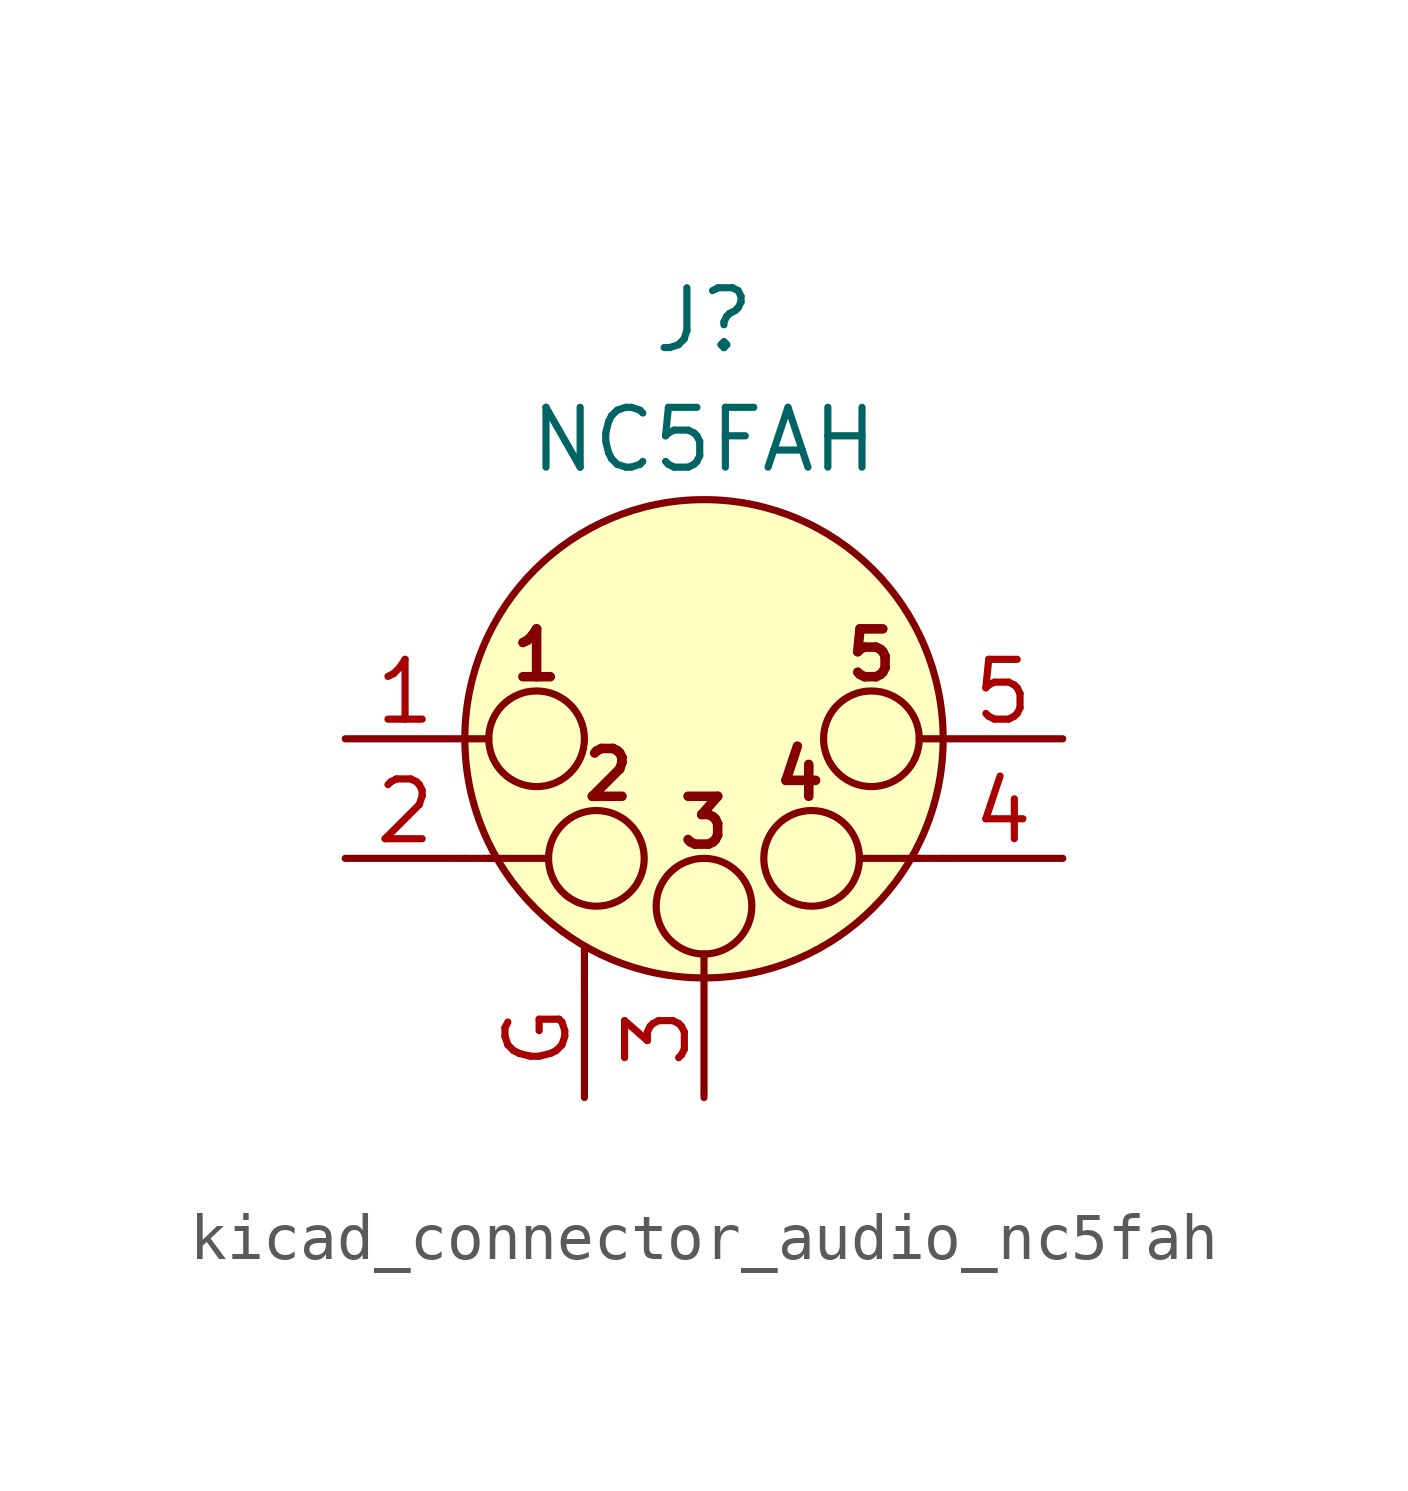
<source format=kicad_sym>
(kicad_symbol_lib
  (version 20220914)
  (generator kicad_symbol_editor)
  (symbol "kicad_connector_audio_nc5fah"
    (pin_names hide)
    (property "Reference" "J"
      (at 0 8.89 0)
      (effects (font (size 1.27 1.27))))
    (property "Value" "NC5FAH"
      (at 0 6.35 0)
      (effects (font (size 1.27 1.27))))
    (symbol "kicad_connector_audio_nc5fah_0_1"
      (circle (center -3.556 0) (radius 1.016) (stroke (width 0) (type default)) (fill (type none)))
      (circle (center -2.286 -2.54) (radius 1.016) (stroke (width 0) (type default)) (fill (type none)))
      (circle (center 0 -3.556) (radius 1.016) (stroke (width 0) (type default)) (fill (type none)))
      (polyline (pts (xy -5.08 -2.54) (xy -4.445 -2.54)) (stroke (width 0) (type default)) (fill (type none)))
      (polyline (pts (xy -5.08 0) (xy -4.572 0)) (stroke (width 0) (type default)) (fill (type none)))
      (polyline (pts (xy -4.572 -2.54) (xy -3.302 -2.54)) (stroke (width 0) (type default)) (fill (type none)))
      (polyline (pts (xy -2.54 -5.08) (xy -2.54 -4.445)) (stroke (width 0) (type default)) (fill (type none)))
      (polyline (pts (xy 0 -5.08) (xy 0 -4.572)) (stroke (width 0) (type default)) (fill (type none)))
      (polyline (pts (xy 4.572 -2.54) (xy 3.302 -2.54)) (stroke (width 0) (type default)) (fill (type none)))
      (polyline (pts (xy 5.08 -2.54) (xy 4.445 -2.54)) (stroke (width 0) (type default)) (fill (type none)))
      (polyline (pts (xy 5.08 0) (xy 4.572 0)) (stroke (width 0) (type default)) (fill (type none)))
      (circle (center 0 0) (radius 5.08) (stroke (width 0) (type default)) (fill (type background)))
      (circle (center 2.286 -2.54) (radius 1.016) (stroke (width 0) (type default)) (fill (type none)))
      (circle (center 3.556 0) (radius 1.016) (stroke (width 0) (type default)) (fill (type none)))
      (text "1" (at -3.556 1.778 0) (effects (font (size 1.016 1.016) bold)))
      (text "2" (at -2.032 -0.762 0) (effects (font (size 1.016 1.016) bold)))
      (text "3" (at 0 -1.778 0) (effects (font (size 1.016 1.016) bold)))
      (text "4" (at 2.032 -0.762 0) (effects (font (size 1.016 1.016) bold)))
      (text "5" (at 3.556 1.778 0) (effects (font (size 1.016 1.016) bold))))
    (symbol "kicad_connector_audio_nc5fah_1_1"
      (pin passive line (at -7.62 0 0) (length 2.54) (name "P1" (effects (font (size 1.27 1.27)))) (number "1" (effects (font (size 1.27 1.27)))))
      (pin passive line (at -7.62 -2.54 0) (length 2.54) (name "P2" (effects (font (size 1.27 1.27)))) (number "2" (effects (font (size 1.27 1.27)))))
      (pin passive line (at 0 -7.62 90) (length 2.54) (name "P3" (effects (font (size 1.27 1.27)))) (number "3" (effects (font (size 1.27 1.27)))))
      (pin passive line (at 7.62 -2.54 180) (length 2.54) (name "P3" (effects (font (size 1.27 1.27)))) (number "4" (effects (font (size 1.27 1.27)))))
      (pin passive line (at 7.62 0 180) (length 2.54) (name "P5" (effects (font (size 1.27 1.27)))) (number "5" (effects (font (size 1.27 1.27)))))
      (pin passive line (at -2.54 -7.62 90) (length 2.54) (name "~" (effects (font (size 1.27 1.27)))) (number "G" (effects (font (size 1.27 1.27))))))))
</source>
